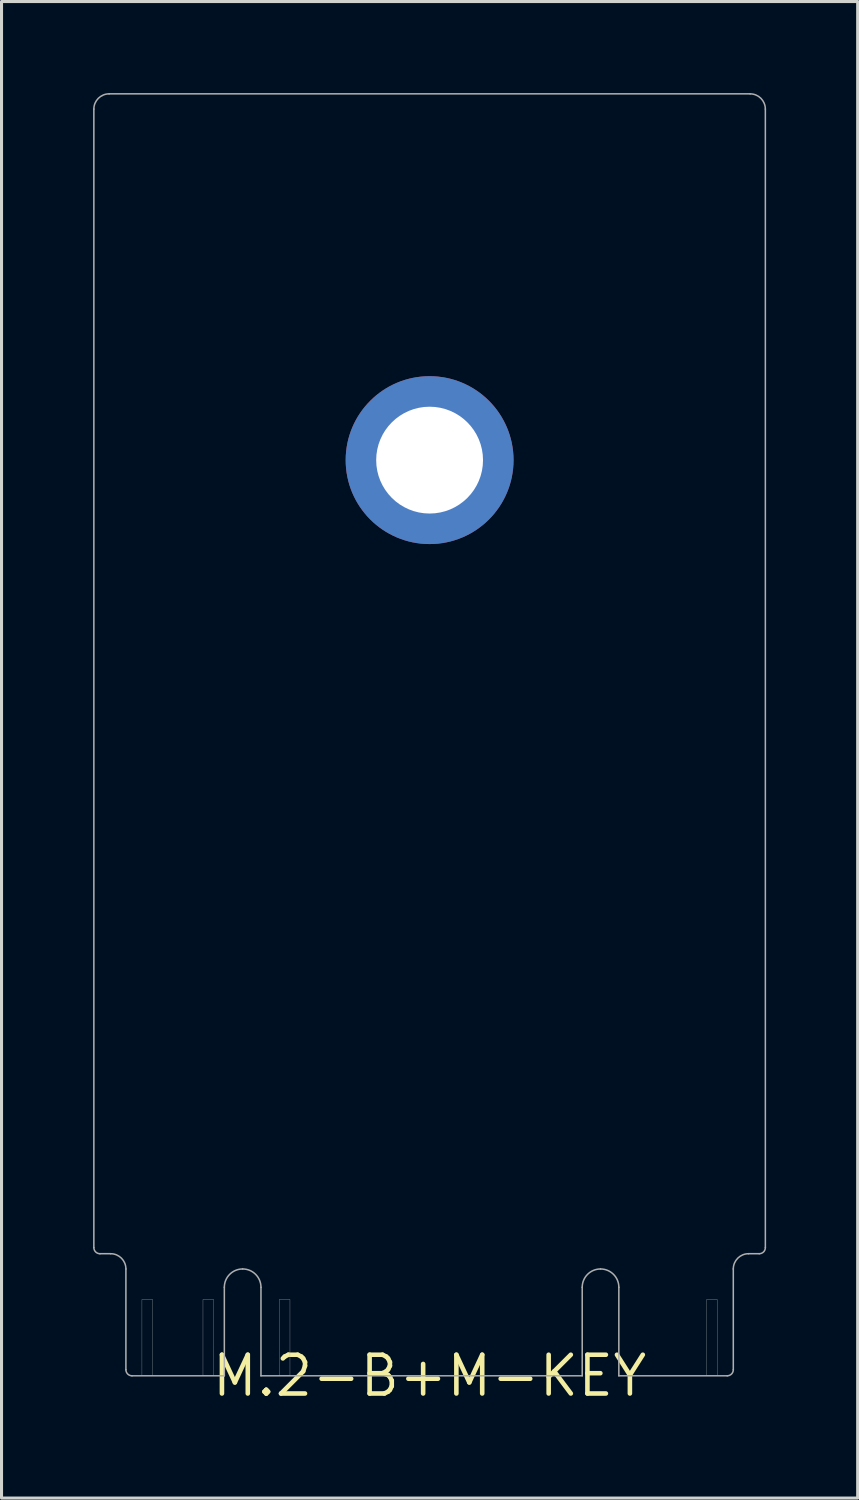
<source format=kicad_pcb>
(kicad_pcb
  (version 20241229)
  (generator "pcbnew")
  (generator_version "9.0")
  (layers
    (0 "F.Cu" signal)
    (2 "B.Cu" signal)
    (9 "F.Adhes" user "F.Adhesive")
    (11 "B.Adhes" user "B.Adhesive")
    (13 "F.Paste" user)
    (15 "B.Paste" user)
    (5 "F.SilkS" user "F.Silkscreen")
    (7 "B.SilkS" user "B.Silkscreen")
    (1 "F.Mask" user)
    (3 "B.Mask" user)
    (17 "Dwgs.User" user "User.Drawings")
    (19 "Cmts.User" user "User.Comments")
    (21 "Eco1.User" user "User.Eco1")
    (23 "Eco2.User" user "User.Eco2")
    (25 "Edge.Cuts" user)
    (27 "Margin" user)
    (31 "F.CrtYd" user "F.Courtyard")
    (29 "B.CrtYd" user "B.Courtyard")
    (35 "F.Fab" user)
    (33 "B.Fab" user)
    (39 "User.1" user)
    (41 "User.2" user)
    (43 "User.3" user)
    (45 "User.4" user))
  (footprint "M.2-B+M-KEY"
    (layer "F.Cu")
    (at 11.025 42.025)
    (property "Reference" "M.2-B+M-KEY" (at 0 0 180) (layer "F.SilkS") (effects (font (size 1.27 1.27) (thickness 0.15))))
    (attr through_hole)
    (fp_line (start -11 -41.5) (end -11 -4.2) (stroke (width 0.05) (type solid)) (layer "F.Fab"))
    (fp_line (start -10.8 -4) (end -10.45 -4) (stroke (width 0.05) (type solid)) (layer "F.Fab"))
    (fp_line (start -9.95 -3.5) (end -9.95 -0.2) (stroke (width 0.05) (type solid)) (layer "F.Fab"))
    (fp_line (start -6.725 -2.9) (end -6.725 0) (stroke (width 0.05) (type solid)) (layer "F.Fab"))
    (fp_line (start -6.725 0) (end -9.75 0) (stroke (width 0.05) (type solid)) (layer "F.Fab"))
    (fp_line (start -5.525 -2.9) (end -5.525 0) (stroke (width 0.05) (type solid)) (layer "F.Fab"))
    (fp_line (start -5.525 0) (end 5 0) (stroke (width 0.05) (type solid)) (layer "F.Fab"))
    (fp_line (start 5 -2.9) (end 5 0) (stroke (width 0.05) (type solid)) (layer "F.Fab"))
    (fp_line (start 6.2 -2.9) (end 6.2 0) (stroke (width 0.05) (type solid)) (layer "F.Fab"))
    (fp_line (start 6.2 0) (end 9.75 0) (stroke (width 0.05) (type solid)) (layer "F.Fab"))
    (fp_line (start 9.95 -0.2) (end 9.95 -3.5) (stroke (width 0.05) (type solid)) (layer "F.Fab"))
    (fp_line (start 10.45 -4) (end 10.8 -4) (stroke (width 0.05) (type solid)) (layer "F.Fab"))
    (fp_line (start 10.5 -42) (end -10.5 -42) (stroke (width 0.05) (type solid)) (layer "F.Fab"))
    (fp_line (start 11 -4.2) (end 11 -41.5) (stroke (width 0.05) (type solid)) (layer "F.Fab"))
    (fp_rect (start -9.425 0) (end -9.075 -2.5) (stroke (width 0.01) (type solid)) (fill no) (layer "F.Fab"))
    (fp_rect (start -7.425 0) (end -7.075 -2.5) (stroke (width 0.01) (type solid)) (fill no) (layer "F.Fab"))
    (fp_rect (start -4.925 0) (end -4.575 -2.5) (stroke (width 0.01) (type solid)) (fill no) (layer "F.Fab"))
    (fp_rect (start 9.075 0) (end 9.425 -2.5) (stroke (width 0.01) (type solid)) (fill no) (layer "F.Fab"))
    (fp_arc (start -11 -41.5) (mid -10.853554 -41.853554) (end -10.5 -42) (stroke (width 0.05) (type solid)) (layer "F.Fab"))
    (fp_arc (start -10.8 -4) (mid -10.941422 -4.058578) (end -11 -4.2) (stroke (width 0.05) (type solid)) (layer "F.Fab"))
    (fp_arc (start -10.45 -4) (mid -10.096446 -3.853554) (end -9.95 -3.5) (stroke (width 0.05) (type solid)) (layer "F.Fab"))
    (fp_arc (start -9.75 0) (mid -9.891422 -0.058578) (end -9.95 -0.2) (stroke (width 0.05) (type solid)) (layer "F.Fab"))
    (fp_arc (start -6.725 -2.9) (mid -6.549264 -3.324264) (end -6.125 -3.5) (stroke (width 0.05) (type solid)) (layer "F.Fab"))
    (fp_arc (start -6.125 -3.5) (mid -5.700736 -3.324264) (end -5.525 -2.9) (stroke (width 0.05) (type solid)) (layer "F.Fab"))
    (fp_arc (start 5 -2.9) (mid 5.175736 -3.324264) (end 5.6 -3.5) (stroke (width 0.05) (type solid)) (layer "F.Fab"))
    (fp_arc (start 5.6 -3.5) (mid 6.024264 -3.324264) (end 6.2 -2.9) (stroke (width 0.05) (type solid)) (layer "F.Fab"))
    (fp_arc (start 9.95 -3.5) (mid 10.096447 -3.853553) (end 10.45 -4) (stroke (width 0.05) (type solid)) (layer "F.Fab"))
    (fp_arc (start 9.95 -0.2) (mid 9.891421 -0.058579) (end 9.75 0) (stroke (width 0.05) (type solid)) (layer "F.Fab"))
    (fp_arc (start 10.5 -42) (mid 10.853553 -41.853553) (end 11 -41.5) (stroke (width 0.05) (type solid)) (layer "F.Fab"))
    (fp_arc (start 11 -4.2) (mid 10.941421 -4.058579) (end 10.8 -4) (stroke (width 0.05) (type solid)) (layer "F.Fab"))
    (pad "MOUNTING-HOLE" thru_hole circle (at 0 -30) (size 5.5 5.5) (drill 3.5) (layers "*.Cu" "*.Mask")))
  (gr_rect
    (start -3 -3)
    (end 25.05 46.031)
    (stroke (width 0.1) (type default))
    (fill no)
    (layer "Edge.Cuts")))
</source>
